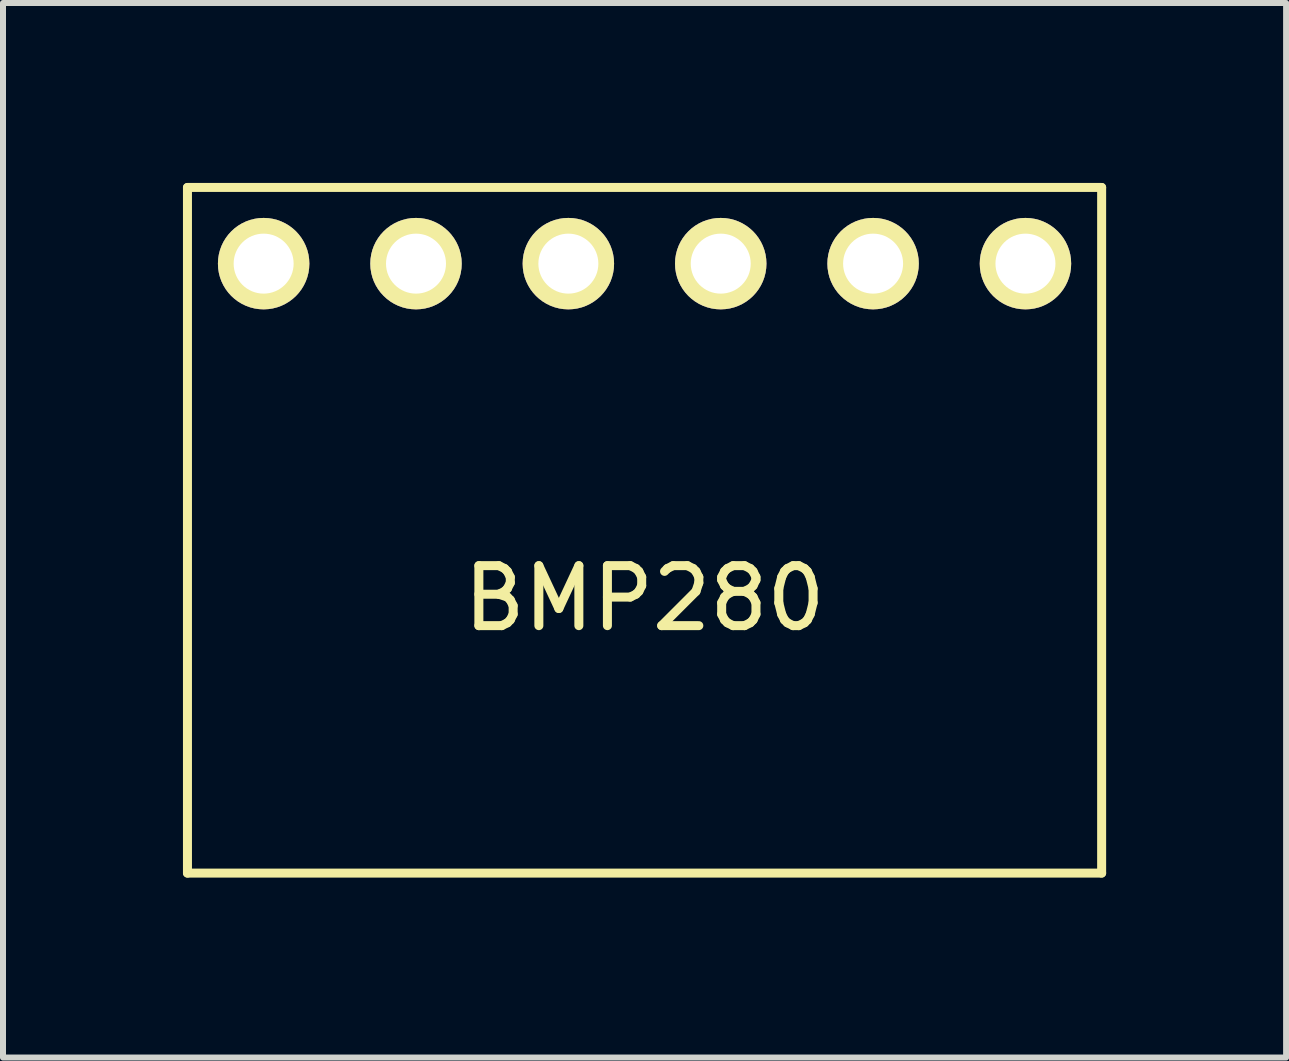
<source format=kicad_pcb>
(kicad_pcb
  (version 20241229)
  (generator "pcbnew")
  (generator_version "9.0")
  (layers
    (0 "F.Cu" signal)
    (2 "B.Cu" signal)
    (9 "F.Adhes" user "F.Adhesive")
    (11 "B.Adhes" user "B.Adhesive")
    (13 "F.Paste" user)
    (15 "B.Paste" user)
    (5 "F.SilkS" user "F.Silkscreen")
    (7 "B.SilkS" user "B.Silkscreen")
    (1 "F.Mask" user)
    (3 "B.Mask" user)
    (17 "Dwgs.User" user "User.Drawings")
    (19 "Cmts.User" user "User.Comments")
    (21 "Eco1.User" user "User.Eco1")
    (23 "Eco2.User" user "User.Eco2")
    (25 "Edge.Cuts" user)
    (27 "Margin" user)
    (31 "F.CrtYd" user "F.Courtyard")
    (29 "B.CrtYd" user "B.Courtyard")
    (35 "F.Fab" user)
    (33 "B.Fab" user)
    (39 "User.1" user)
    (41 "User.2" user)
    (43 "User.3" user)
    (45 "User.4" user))
  (footprint "BMP280"
    (layer "F.Cu")
    (at 7.695 6.425)
    (property "Reference" "BMP280" (at 0 0.5 0) (layer "F.SilkS") (effects (font (size 1 1) (thickness 0.15))))
    (attr through_hole)
    (fp_line (start -7.62 -6.35) (end -7.62 5.08) (stroke (width 0.15) (type solid)) (layer "F.SilkS"))
    (fp_line (start -7.62 5.08) (end 7.62 5.08) (stroke (width 0.15) (type solid)) (layer "F.SilkS"))
    (fp_line (start 7.62 -6.35) (end -7.62 -6.35) (stroke (width 0.15) (type solid)) (layer "F.SilkS"))
    (fp_line (start 7.62 5.08) (end 7.62 -6.35) (stroke (width 0.15) (type solid)) (layer "F.SilkS"))
    (pad "1" thru_hole circle (at -6.35 -5.08) (size 1.524 1.524) (drill 1) (layers "*.Cu" "*.Mask" "F.SilkS"))
    (pad "2" thru_hole circle (at -3.81 -5.08) (size 1.524 1.524) (drill 1) (layers "*.Cu" "*.Mask" "F.SilkS"))
    (pad "3" thru_hole circle (at -1.27 -5.08) (size 1.524 1.524) (drill 1) (layers "*.Cu" "*.Mask" "F.SilkS"))
    (pad "4" thru_hole circle (at 1.27 -5.08) (size 1.524 1.524) (drill 1) (layers "*.Cu" "*.Mask" "F.SilkS"))
    (pad "5" thru_hole circle (at 3.81 -5.08) (size 1.524 1.524) (drill 1) (layers "*.Cu" "*.Mask" "F.SilkS"))
    (pad "6" thru_hole circle (at 6.35 -5.08) (size 1.524 1.524) (drill 1) (layers "*.Cu" "*.Mask" "F.SilkS")))
  (gr_rect
    (start -3 -3)
    (end 18.39 14.58)
    (stroke (width 0.1) (type default))
    (fill no)
    (layer "Edge.Cuts")))
</source>
